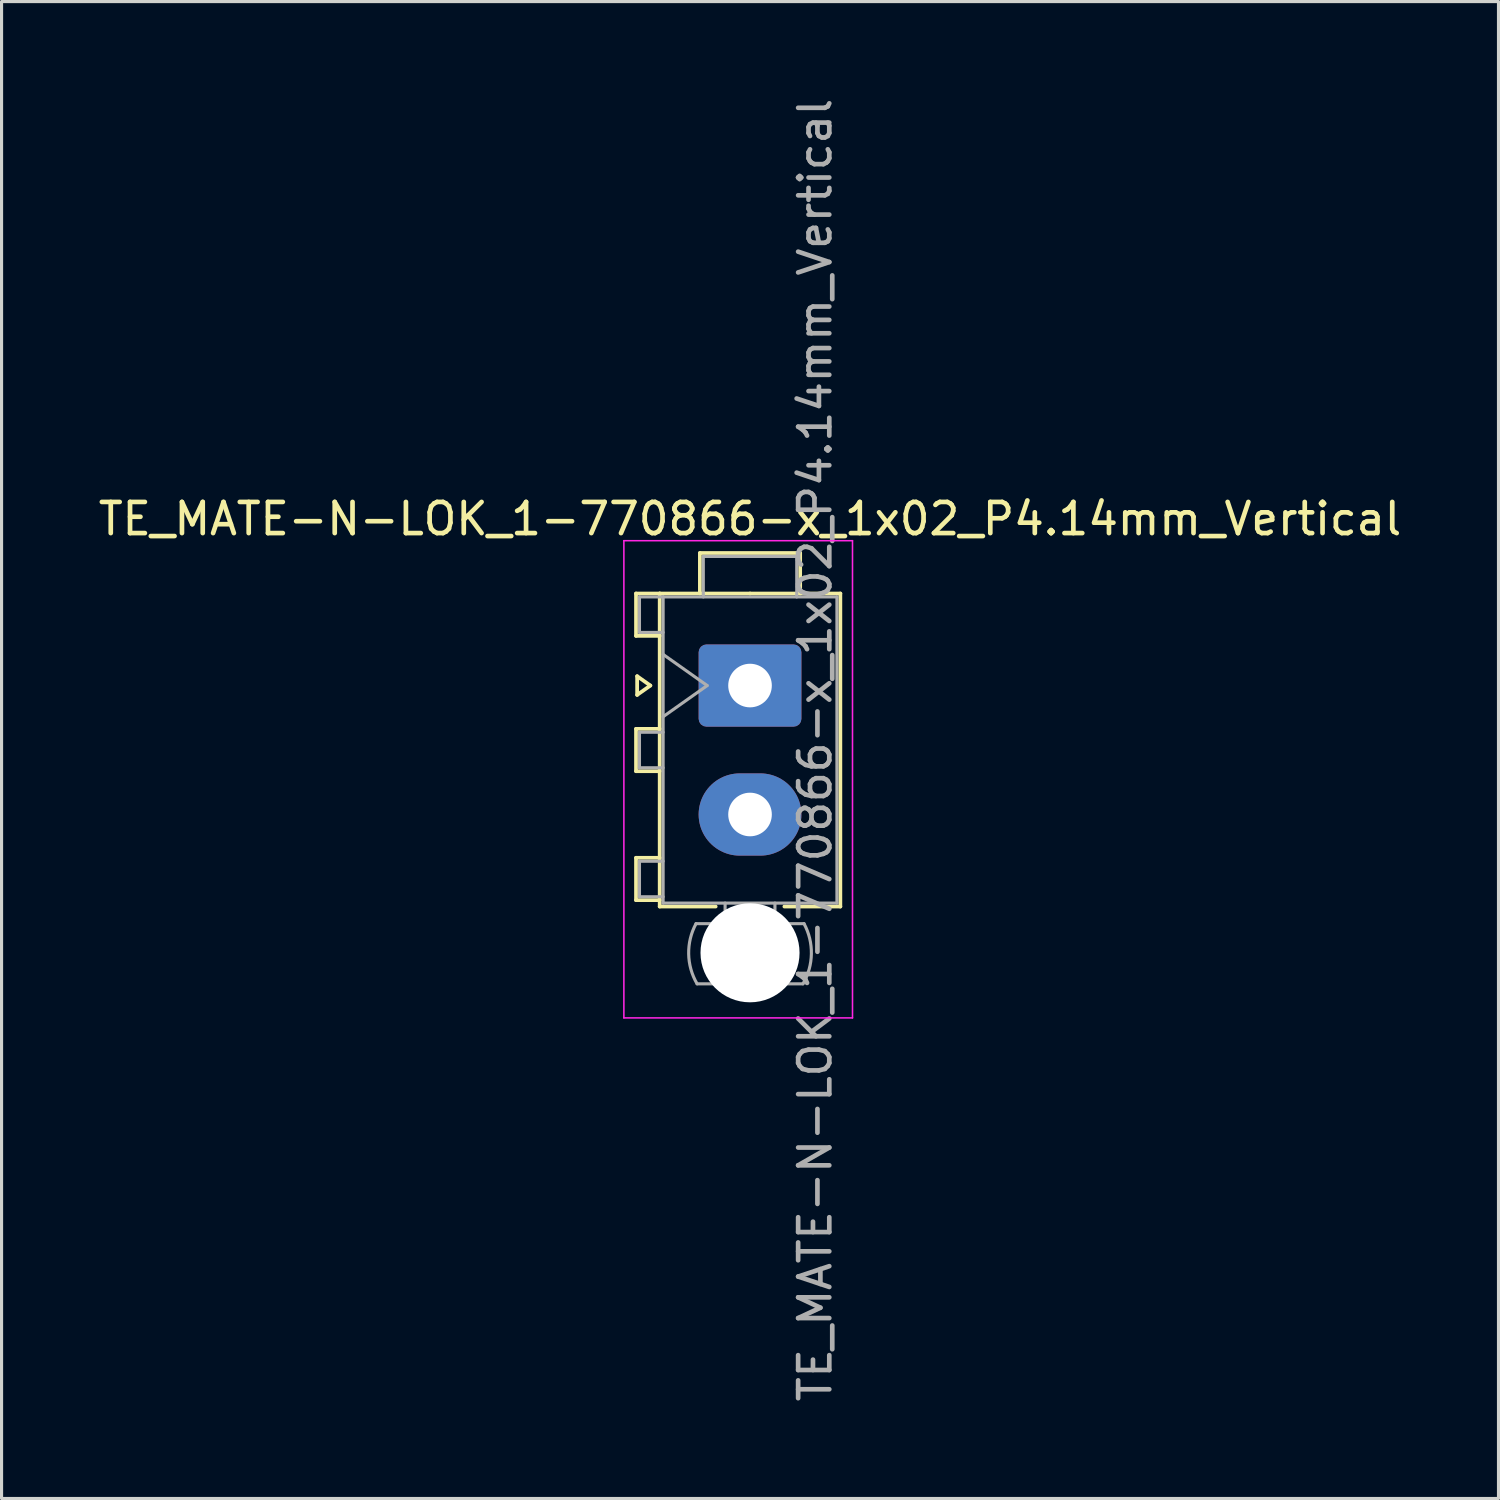
<source format=kicad_pcb>
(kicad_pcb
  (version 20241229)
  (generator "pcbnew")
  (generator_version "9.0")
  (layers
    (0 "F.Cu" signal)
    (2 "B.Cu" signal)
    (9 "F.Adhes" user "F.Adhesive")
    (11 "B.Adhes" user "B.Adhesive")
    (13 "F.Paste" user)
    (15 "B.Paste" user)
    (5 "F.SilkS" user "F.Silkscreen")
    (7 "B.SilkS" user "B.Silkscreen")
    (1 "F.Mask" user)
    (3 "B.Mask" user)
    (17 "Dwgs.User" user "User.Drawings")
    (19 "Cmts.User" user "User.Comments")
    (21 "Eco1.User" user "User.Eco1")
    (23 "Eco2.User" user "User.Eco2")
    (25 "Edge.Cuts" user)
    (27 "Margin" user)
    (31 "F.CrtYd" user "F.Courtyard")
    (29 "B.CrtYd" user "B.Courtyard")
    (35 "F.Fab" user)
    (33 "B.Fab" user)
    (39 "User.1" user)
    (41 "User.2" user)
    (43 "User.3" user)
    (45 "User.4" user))
  (footprint "TE_MATE-N-LOK_1-770866-x_1x02_P4.14mm_Vertical"
    (layer "F.Cu")
    (at 21.03 18.96)
    (property "Reference" "TE_MATE-N-LOK_1-770866-x_1x02_P4.14mm_Vertical" (at 0 -5.35 0) (layer "F.SilkS") (effects (font (size 1 1) (thickness 0.15))))
    (attr through_hole)
    (fp_line (start -3.66 -2.955) (end -3.66 -1.595) (stroke (width 0.12) (type solid)) (layer "F.SilkS"))
    (fp_line (start -3.66 -1.595) (end -2.9 -1.595) (stroke (width 0.12) (type solid)) (layer "F.SilkS"))
    (fp_line (start -3.66 1.39) (end -3.66 2.75) (stroke (width 0.12) (type solid)) (layer "F.SilkS"))
    (fp_line (start -3.66 2.75) (end -2.9 2.75) (stroke (width 0.12) (type solid)) (layer "F.SilkS"))
    (fp_line (start -3.66 5.53) (end -3.66 6.89) (stroke (width 0.12) (type solid)) (layer "F.SilkS"))
    (fp_line (start -3.66 6.89) (end -2.9 6.89) (stroke (width 0.12) (type solid)) (layer "F.SilkS"))
    (fp_line (start -3.624 -0.3) (end -3.2 0) (stroke (width 0.12) (type solid)) (layer "F.SilkS"))
    (fp_line (start -3.624 0.3) (end -3.624 -0.3) (stroke (width 0.12) (type solid)) (layer "F.SilkS"))
    (fp_line (start -3.2 0) (end -3.624 0.3) (stroke (width 0.12) (type solid)) (layer "F.SilkS"))
    (fp_line (start -2.9 -2.955) (end -3.66 -2.955) (stroke (width 0.12) (type solid)) (layer "F.SilkS"))
    (fp_line (start -2.9 -2.955) (end -2.9 7.095) (stroke (width 0.12) (type solid)) (layer "F.SilkS"))
    (fp_line (start -2.9 1.39) (end -3.66 1.39) (stroke (width 0.12) (type solid)) (layer "F.SilkS"))
    (fp_line (start -2.9 5.53) (end -3.66 5.53) (stroke (width 0.12) (type solid)) (layer "F.SilkS"))
    (fp_line (start -2.9 7.095) (end -1.103 7.095) (stroke (width 0.12) (type solid)) (layer "F.SilkS"))
    (fp_line (start -1.61 -4.255) (end 1.61 -4.255) (stroke (width 0.12) (type solid)) (layer "F.SilkS"))
    (fp_line (start -1.61 -2.955) (end -1.61 -4.255) (stroke (width 0.12) (type solid)) (layer "F.SilkS"))
    (fp_line (start 0 -2.955) (end -2.9 -2.955) (stroke (width 0.12) (type solid)) (layer "F.SilkS"))
    (fp_line (start 0 -2.955) (end 2.9 -2.955) (stroke (width 0.12) (type solid)) (layer "F.SilkS"))
    (fp_line (start 1.61 -4.255) (end 1.61 -2.955) (stroke (width 0.12) (type solid)) (layer "F.SilkS"))
    (fp_line (start 2.9 -2.955) (end 2.9 7.095) (stroke (width 0.12) (type solid)) (layer "F.SilkS"))
    (fp_line (start 2.9 7.095) (end 1.103 7.095) (stroke (width 0.12) (type solid)) (layer "F.SilkS"))
    (fp_line (start -4.05 -4.65) (end -4.05 10.67) (stroke (width 0.05) (type solid)) (layer "F.CrtYd"))
    (fp_line (start -4.05 10.67) (end 3.29 10.67) (stroke (width 0.05) (type solid)) (layer "F.CrtYd"))
    (fp_line (start 3.29 -4.65) (end -4.05 -4.65) (stroke (width 0.05) (type solid)) (layer "F.CrtYd"))
    (fp_line (start 3.29 10.67) (end 3.29 -4.65) (stroke (width 0.05) (type solid)) (layer "F.CrtYd"))
    (fp_line (start -3.55 -2.845) (end -3.55 -1.705) (stroke (width 0.1) (type solid)) (layer "F.Fab"))
    (fp_line (start -3.55 -1.705) (end -2.79 -1.705) (stroke (width 0.1) (type solid)) (layer "F.Fab"))
    (fp_line (start -3.55 1.5) (end -3.55 2.64) (stroke (width 0.1) (type solid)) (layer "F.Fab"))
    (fp_line (start -3.55 2.64) (end -2.79 2.64) (stroke (width 0.1) (type solid)) (layer "F.Fab"))
    (fp_line (start -3.55 5.64) (end -3.55 6.78) (stroke (width 0.1) (type solid)) (layer "F.Fab"))
    (fp_line (start -3.55 6.78) (end -2.79 6.78) (stroke (width 0.1) (type solid)) (layer "F.Fab"))
    (fp_line (start -2.79 -2.845) (end -3.55 -2.845) (stroke (width 0.1) (type solid)) (layer "F.Fab"))
    (fp_line (start -2.79 -2.845) (end -2.79 6.985) (stroke (width 0.1) (type solid)) (layer "F.Fab"))
    (fp_line (start -2.79 -1) (end -1.376 0) (stroke (width 0.1) (type solid)) (layer "F.Fab"))
    (fp_line (start -2.79 1.5) (end -3.55 1.5) (stroke (width 0.1) (type solid)) (layer "F.Fab"))
    (fp_line (start -2.79 5.64) (end -3.55 5.64) (stroke (width 0.1) (type solid)) (layer "F.Fab"))
    (fp_line (start -2.79 6.985) (end 2.79 6.985) (stroke (width 0.1) (type solid)) (layer "F.Fab"))
    (fp_line (start -1.5 -4.145) (end 1.5 -4.145) (stroke (width 0.1) (type solid)) (layer "F.Fab"))
    (fp_line (start -1.5 -2.845) (end -1.5 -4.145) (stroke (width 0.1) (type solid)) (layer "F.Fab"))
    (fp_line (start -1.376 0) (end -2.79 1) (stroke (width 0.1) (type solid)) (layer "F.Fab"))
    (fp_line (start -0.8 6.985) (end -0.8 7.645) (stroke (width 0.1) (type solid)) (layer "F.Fab"))
    (fp_line (start 0.8 6.985) (end 0.8 7.645) (stroke (width 0.1) (type solid)) (layer "F.Fab"))
    (fp_line (start 1.5 -4.145) (end 1.5 -2.845) (stroke (width 0.1) (type solid)) (layer "F.Fab"))
    (fp_line (start 1.7 9.576) (end -1.7 9.576) (stroke (width 0.1) (type solid)) (layer "F.Fab"))
    (fp_line (start 1.734 7.645) (end -1.734 7.645) (stroke (width 0.1) (type solid)) (layer "F.Fab"))
    (fp_line (start 2.79 -2.845) (end -2.79 -2.845) (stroke (width 0.1) (type solid)) (layer "F.Fab"))
    (fp_line (start 2.79 6.985) (end 2.79 -2.845) (stroke (width 0.1) (type solid)) (layer "F.Fab"))
    (fp_arc (start -1.699672 9.576) (mid -1.969689 8.614992) (end -1.733977 7.645) (stroke (width 0.1) (type solid)) (layer "F.Fab"))
    (fp_arc (start 1.733977 7.645) (mid 1.96969 8.614992) (end 1.699672 9.576) (stroke (width 0.1) (type solid)) (layer "F.Fab"))
    (fp_text user "${REFERENCE}" (at 2.09 2.07 90) (layer "F.Fab") (effects (font (size 1 1) (thickness 0.15))))
    (pad "" np_thru_hole circle (at 0 8.58) (size 3.18 3.18) (drill 3.18) (layers "*.Cu" "*.Mask"))
    (pad "1" thru_hole roundrect (at 0 0) (size 3.3 2.64) (drill 1.4) (layers "*.Cu" "*.Mask") (roundrect_rratio 0.095))
    (pad "2" thru_hole oval (at 0 4.14) (size 3.3 2.64) (drill 1.4) (layers "*.Cu" "*.Mask")))
  (gr_rect
    (start -3 -3)
    (end 45.06 45.06)
    (stroke (width 0.1) (type default))
    (fill no)
    (layer "Edge.Cuts")))
</source>
